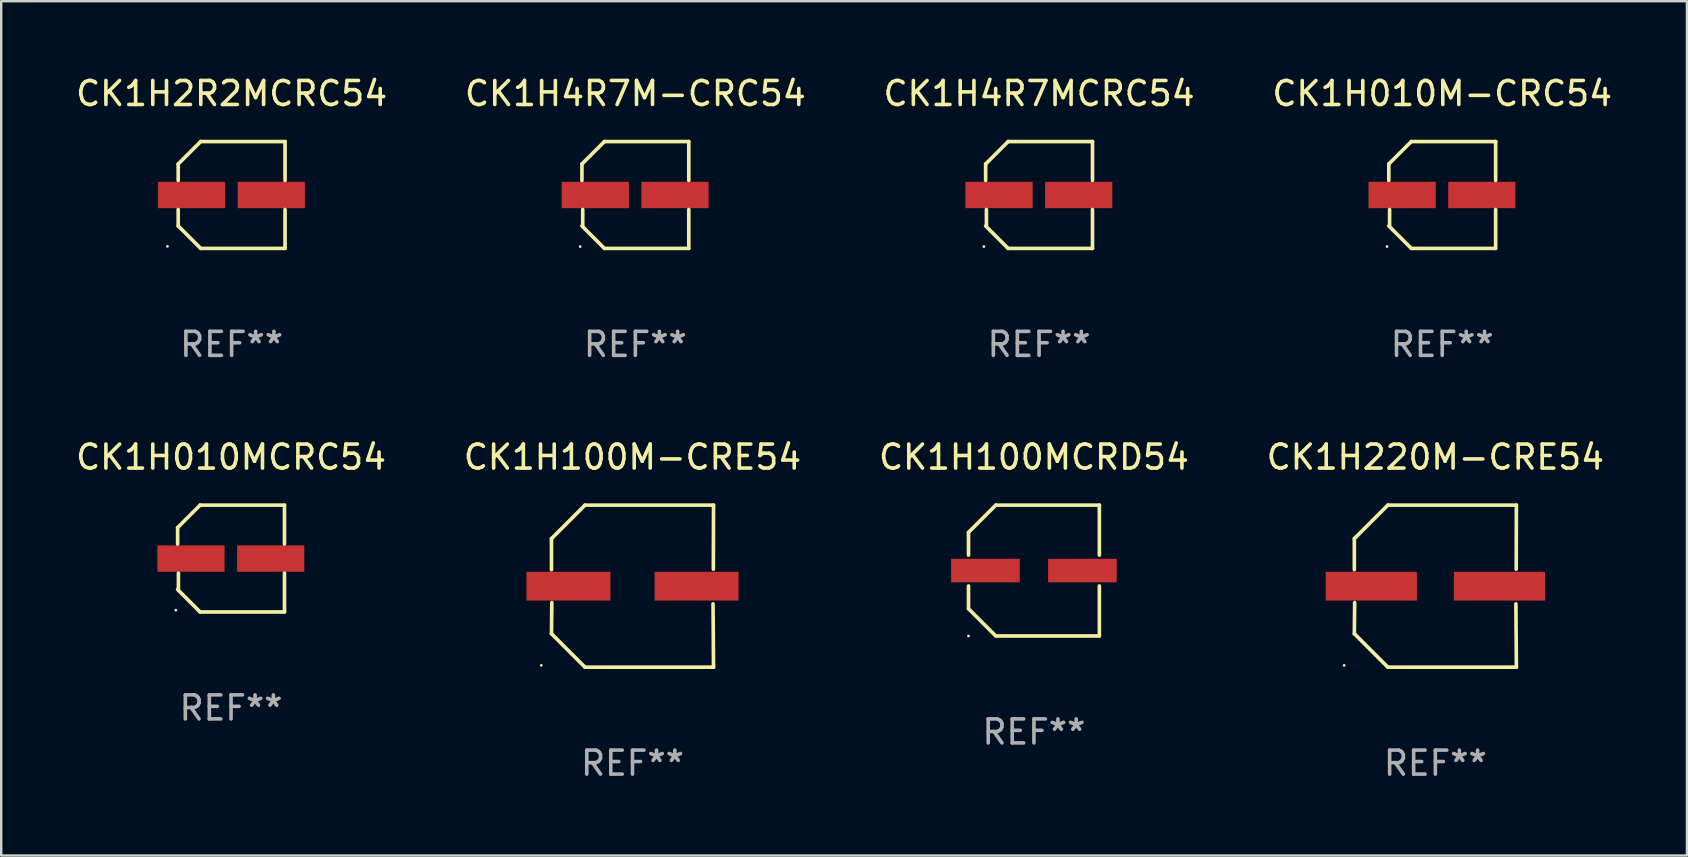
<source format=kicad_pcb>
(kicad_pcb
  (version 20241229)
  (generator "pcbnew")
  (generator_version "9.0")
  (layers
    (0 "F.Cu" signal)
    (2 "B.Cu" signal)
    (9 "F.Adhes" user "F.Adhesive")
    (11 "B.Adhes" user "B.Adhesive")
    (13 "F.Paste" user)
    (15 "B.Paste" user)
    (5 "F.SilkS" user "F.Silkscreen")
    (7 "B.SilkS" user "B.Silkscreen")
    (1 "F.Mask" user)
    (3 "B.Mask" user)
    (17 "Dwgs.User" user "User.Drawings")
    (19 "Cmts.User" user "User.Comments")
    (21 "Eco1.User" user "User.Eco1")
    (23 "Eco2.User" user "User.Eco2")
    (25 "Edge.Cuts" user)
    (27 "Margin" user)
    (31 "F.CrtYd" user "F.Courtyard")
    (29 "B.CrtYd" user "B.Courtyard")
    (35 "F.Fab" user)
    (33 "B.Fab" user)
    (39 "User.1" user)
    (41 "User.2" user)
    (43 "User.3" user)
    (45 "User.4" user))
  (footprint "CK1H2R2MCRC54"
    (layer "F.Cu")
    (at 6.601 5.074)
    (property "Reference" "CK1H2R2MCRC54" (at 0 -4.226 0) (layer "F.SilkS") (effects (font (size 1 1) (thickness 0.15))))
    (attr through_hole)
    (fp_line (start -2.226 -1.29) (end -2.226 -0.607) (stroke (width 0.152) (type solid)) (layer "F.SilkS"))
    (fp_line (start -2.226 1.29) (end -2.226 0.607) (stroke (width 0.152) (type solid)) (layer "F.SilkS"))
    (fp_line (start -1.29 -2.226) (end -2.226 -1.29) (stroke (width 0.152) (type solid)) (layer "F.SilkS"))
    (fp_line (start -1.29 2.226) (end -2.226 1.29) (stroke (width 0.152) (type solid)) (layer "F.SilkS"))
    (fp_line (start 2.226 -2.226) (end -1.29 -2.226) (stroke (width 0.152) (type solid)) (layer "F.SilkS"))
    (fp_line (start 2.226 -0.607) (end 2.226 -2.226) (stroke (width 0.152) (type solid)) (layer "F.SilkS"))
    (fp_line (start 2.226 0.607) (end 2.226 2.226) (stroke (width 0.152) (type solid)) (layer "F.SilkS"))
    (fp_line (start 2.226 2.226) (end -1.29 2.226) (stroke (width 0.152) (type solid)) (layer "F.SilkS"))
    (fp_circle (center -2.675 2.141) (end -2.645 2.141) (stroke (width 0.06) (type solid)) (fill no) (layer "F.SilkS"))
    (fp_text user "REF**" (at 0 6.226 0) (layer "F.Fab") (effects (font (size 1 1) (thickness 0.15))))
    (pad "1" smd rect (at -1.67 0.000076) (size 2.8 1.1) (layers "F.Cu" "F.Mask" "F.Paste"))
    (pad "2" smd rect (at 1.651 0.000076) (size 2.8 1.1) (layers "F.Cu" "F.Mask" "F.Paste")))
  (footprint "CK1H100MCRD54"
    (layer "F.Cu")
    (at 40.03 20.723)
    (property "Reference" "CK1H100MCRD54" (at 0 -4.726 0) (layer "F.SilkS") (effects (font (size 1 1) (thickness 0.15))))
    (attr through_hole)
    (fp_line (start -2.726 -1.59) (end -1.59 -2.726) (stroke (width 0.152) (type solid)) (layer "F.SilkS"))
    (fp_line (start -2.726 -0.642) (end -2.726 -1.59) (stroke (width 0.152) (type solid)) (layer "F.SilkS"))
    (fp_line (start -2.726 0.642) (end -2.726 1.59) (stroke (width 0.152) (type solid)) (layer "F.SilkS"))
    (fp_line (start -2.726 1.59) (end -1.59 2.726) (stroke (width 0.152) (type solid)) (layer "F.SilkS"))
    (fp_line (start -1.59 -2.726) (end 2.726 -2.726) (stroke (width 0.152) (type solid)) (layer "F.SilkS"))
    (fp_line (start -1.59 2.726) (end 2.726 2.726) (stroke (width 0.152) (type solid)) (layer "F.SilkS"))
    (fp_line (start 2.726 -2.726) (end 2.726 -0.642) (stroke (width 0.152) (type solid)) (layer "F.SilkS"))
    (fp_line (start 2.726 2.726) (end 2.726 0.642) (stroke (width 0.152) (type solid)) (layer "F.SilkS"))
    (fp_circle (center -2.726 2.726) (end -2.696 2.726) (stroke (width 0.06) (type solid)) (fill no) (layer "F.SilkS"))
    (fp_text user "REF**" (at 0 6.726 0) (layer "F.Fab") (effects (font (size 1 1) (thickness 0.15))))
    (pad "1" smd rect (at -2.02 -0.000013) (size 2.86 0.98) (layers "F.Cu" "F.Mask" "F.Paste"))
    (pad "2" smd rect (at 2.02 -0.000013) (size 2.86 0.98) (layers "F.Cu" "F.Mask" "F.Paste")))
  (footprint "CK1H010M-CRC54"
    (layer "F.Cu")
    (at 57.042 5.074)
    (property "Reference" "CK1H010M-CRC54" (at 0 -4.226 0) (layer "F.SilkS") (effects (font (size 1 1) (thickness 0.15))))
    (attr through_hole)
    (fp_line (start -2.226 -1.29) (end -2.226 -0.607) (stroke (width 0.152) (type solid)) (layer "F.SilkS"))
    (fp_line (start -2.193 1.29) (end -2.193 0.607) (stroke (width 0.152) (type solid)) (layer "F.SilkS"))
    (fp_line (start -1.29 2.226) (end -2.226 1.29) (stroke (width 0.152) (type solid)) (layer "F.SilkS"))
    (fp_line (start -1.29 -2.226) (end -2.226 -1.29) (stroke (width 0.152) (type solid)) (layer "F.SilkS"))
    (fp_line (start 2.226 -2.226) (end -1.29 -2.226) (stroke (width 0.152) (type solid)) (layer "F.SilkS"))
    (fp_line (start 2.226 -0.607) (end 2.226 -2.226) (stroke (width 0.152) (type solid)) (layer "F.SilkS"))
    (fp_line (start 2.226 0.607) (end 2.226 2.226) (stroke (width 0.152) (type solid)) (layer "F.SilkS"))
    (fp_line (start 2.226 2.226) (end -1.29 2.226) (stroke (width 0.152) (type solid)) (layer "F.SilkS"))
    (fp_circle (center -2.3 2.15) (end -2.27 2.15) (stroke (width 0.06) (type solid)) (fill no) (layer "F.SilkS"))
    (fp_text user "REF**" (at 0 6.226 0) (layer "F.Fab") (effects (font (size 1 1) (thickness 0.15))))
    (pad "1" smd rect (at -1.67 -0.000025) (size 2.8 1.1) (layers "F.Cu" "F.Mask" "F.Paste"))
    (pad "2" smd rect (at 1.651 -0.000025) (size 2.8 1.1) (layers "F.Cu" "F.Mask" "F.Paste")))
  (footprint "CK1H010MCRC54"
    (layer "F.Cu")
    (at 6.577 20.223)
    (property "Reference" "CK1H010MCRC54" (at 0 -4.226 0) (layer "F.SilkS") (effects (font (size 1 1) (thickness 0.15))))
    (attr through_hole)
    (fp_line (start -2.226 -1.29) (end -2.226 -0.607) (stroke (width 0.152) (type solid)) (layer "F.SilkS"))
    (fp_line (start -2.193 1.29) (end -2.193 0.607) (stroke (width 0.152) (type solid)) (layer "F.SilkS"))
    (fp_line (start -1.29 2.226) (end -2.226 1.29) (stroke (width 0.152) (type solid)) (layer "F.SilkS"))
    (fp_line (start -1.29 -2.226) (end -2.226 -1.29) (stroke (width 0.152) (type solid)) (layer "F.SilkS"))
    (fp_line (start 2.226 -2.226) (end -1.29 -2.226) (stroke (width 0.152) (type solid)) (layer "F.SilkS"))
    (fp_line (start 2.226 -0.607) (end 2.226 -2.226) (stroke (width 0.152) (type solid)) (layer "F.SilkS"))
    (fp_line (start 2.226 0.607) (end 2.226 2.226) (stroke (width 0.152) (type solid)) (layer "F.SilkS"))
    (fp_line (start 2.226 2.226) (end -1.29 2.226) (stroke (width 0.152) (type solid)) (layer "F.SilkS"))
    (fp_circle (center -2.3 2.15) (end -2.27 2.15) (stroke (width 0.06) (type solid)) (fill no) (layer "F.SilkS"))
    (fp_text user "REF**" (at 0 6.226 0) (layer "F.Fab") (effects (font (size 1 1) (thickness 0.15))))
    (pad "1" smd rect (at -1.67 -0.000025) (size 2.8 1.1) (layers "F.Cu" "F.Mask" "F.Paste"))
    (pad "2" smd rect (at 1.651 -0.000025) (size 2.8 1.1) (layers "F.Cu" "F.Mask" "F.Paste")))
  (footprint "CK1H100M-CRE54"
    (layer "F.Cu")
    (at 23.304 21.373)
    (property "Reference" "CK1H100M-CRE54" (at 0 -5.376 0) (layer "F.SilkS") (effects (font (size 1 1) (thickness 0.15))))
    (attr through_hole)
    (fp_line (start -3.376 -1.98) (end -3.376 -0.686) (stroke (width 0.152) (type solid)) (layer "F.SilkS"))
    (fp_line (start -3.376 1.981) (end -3.362 0.686) (stroke (width 0.152) (type solid)) (layer "F.SilkS"))
    (fp_line (start -1.981 3.376) (end -3.376 1.981) (stroke (width 0.152) (type solid)) (layer "F.SilkS"))
    (fp_line (start -1.98 -3.376) (end -3.376 -1.98) (stroke (width 0.152) (type solid)) (layer "F.SilkS"))
    (fp_line (start 3.356 0.74) (end 3.376 3.376) (stroke (width 0.152) (type solid)) (layer "F.SilkS"))
    (fp_line (start 3.369 -0.707) (end 3.376 -3.376) (stroke (width 0.152) (type solid)) (layer "F.SilkS"))
    (fp_line (start 3.376 3.376) (end -1.981 3.376) (stroke (width 0.152) (type solid)) (layer "F.SilkS"))
    (fp_line (start 3.376 -3.376) (end -1.98 -3.376) (stroke (width 0.152) (type solid)) (layer "F.SilkS"))
    (fp_circle (center -3.8 3.3) (end -3.77 3.3) (stroke (width 0.06) (type solid)) (fill no) (layer "F.SilkS"))
    (fp_text user "REF**" (at 0 7.376 0) (layer "F.Fab") (effects (font (size 1 1) (thickness 0.15))))
    (pad "1" smd rect (at -2.67 0.000203) (size 3.5 1.2) (layers "F.Cu" "F.Mask" "F.Paste"))
    (pad "2" smd rect (at 2.67 0.000203) (size 3.5 1.2) (layers "F.Cu" "F.Mask" "F.Paste")))
  (footprint "CK1H4R7M-CRC54"
    (layer "F.Cu")
    (at 23.423 5.074)
    (property "Reference" "CK1H4R7M-CRC54" (at 0 -4.226 0) (layer "F.SilkS") (effects (font (size 1 1) (thickness 0.15))))
    (attr through_hole)
    (fp_line (start -2.226 -1.29) (end -2.226 -0.607) (stroke (width 0.152) (type solid)) (layer "F.SilkS"))
    (fp_line (start -2.193 1.29) (end -2.193 0.607) (stroke (width 0.152) (type solid)) (layer "F.SilkS"))
    (fp_line (start -1.29 2.226) (end -2.226 1.29) (stroke (width 0.152) (type solid)) (layer "F.SilkS"))
    (fp_line (start -1.29 -2.226) (end -2.226 -1.29) (stroke (width 0.152) (type solid)) (layer "F.SilkS"))
    (fp_line (start 2.226 -2.226) (end -1.29 -2.226) (stroke (width 0.152) (type solid)) (layer "F.SilkS"))
    (fp_line (start 2.226 -0.607) (end 2.226 -2.226) (stroke (width 0.152) (type solid)) (layer "F.SilkS"))
    (fp_line (start 2.226 0.607) (end 2.226 2.226) (stroke (width 0.152) (type solid)) (layer "F.SilkS"))
    (fp_line (start 2.226 2.226) (end -1.29 2.226) (stroke (width 0.152) (type solid)) (layer "F.SilkS"))
    (fp_circle (center -2.3 2.15) (end -2.27 2.15) (stroke (width 0.06) (type solid)) (fill no) (layer "F.SilkS"))
    (fp_text user "REF**" (at 0 6.226 0) (layer "F.Fab") (effects (font (size 1 1) (thickness 0.15))))
    (pad "1" smd rect (at -1.67 -0.000025) (size 2.8 1.1) (layers "F.Cu" "F.Mask" "F.Paste"))
    (pad "2" smd rect (at 1.651 -0.000025) (size 2.8 1.1) (layers "F.Cu" "F.Mask" "F.Paste")))
  (footprint "CK1H4R7MCRC54"
    (layer "F.Cu")
    (at 40.244 5.074)
    (property "Reference" "CK1H4R7MCRC54" (at 0 -4.226 0) (layer "F.SilkS") (effects (font (size 1 1) (thickness 0.15))))
    (attr through_hole)
    (fp_line (start -2.226 -1.29) (end -2.226 -0.607) (stroke (width 0.152) (type solid)) (layer "F.SilkS"))
    (fp_line (start -2.193 1.29) (end -2.193 0.607) (stroke (width 0.152) (type solid)) (layer "F.SilkS"))
    (fp_line (start -1.29 2.226) (end -2.226 1.29) (stroke (width 0.152) (type solid)) (layer "F.SilkS"))
    (fp_line (start -1.29 -2.226) (end -2.226 -1.29) (stroke (width 0.152) (type solid)) (layer "F.SilkS"))
    (fp_line (start 2.226 -2.226) (end -1.29 -2.226) (stroke (width 0.152) (type solid)) (layer "F.SilkS"))
    (fp_line (start 2.226 -0.607) (end 2.226 -2.226) (stroke (width 0.152) (type solid)) (layer "F.SilkS"))
    (fp_line (start 2.226 0.607) (end 2.226 2.226) (stroke (width 0.152) (type solid)) (layer "F.SilkS"))
    (fp_line (start 2.226 2.226) (end -1.29 2.226) (stroke (width 0.152) (type solid)) (layer "F.SilkS"))
    (fp_circle (center -2.3 2.15) (end -2.27 2.15) (stroke (width 0.06) (type solid)) (fill no) (layer "F.SilkS"))
    (fp_text user "REF**" (at 0 6.226 0) (layer "F.Fab") (effects (font (size 1 1) (thickness 0.15))))
    (pad "1" smd rect (at -1.67 -0.000025) (size 2.8 1.1) (layers "F.Cu" "F.Mask" "F.Paste"))
    (pad "2" smd rect (at 1.651 -0.000025) (size 2.8 1.1) (layers "F.Cu" "F.Mask" "F.Paste")))
  (footprint "CK1H220M-CRE54"
    (layer "F.Cu")
    (at 56.756 21.373)
    (property "Reference" "CK1H220M-CRE54" (at 0 -5.376 0) (layer "F.SilkS") (effects (font (size 1 1) (thickness 0.15))))
    (attr through_hole)
    (fp_line (start -3.376 -1.98) (end -3.376 -0.686) (stroke (width 0.152) (type solid)) (layer "F.SilkS"))
    (fp_line (start -3.376 1.981) (end -3.362 0.686) (stroke (width 0.152) (type solid)) (layer "F.SilkS"))
    (fp_line (start -1.981 3.376) (end -3.376 1.981) (stroke (width 0.152) (type solid)) (layer "F.SilkS"))
    (fp_line (start -1.98 -3.376) (end -3.376 -1.98) (stroke (width 0.152) (type solid)) (layer "F.SilkS"))
    (fp_line (start 3.356 0.74) (end 3.376 3.376) (stroke (width 0.152) (type solid)) (layer "F.SilkS"))
    (fp_line (start 3.369 -0.707) (end 3.376 -3.376) (stroke (width 0.152) (type solid)) (layer "F.SilkS"))
    (fp_line (start 3.376 3.376) (end -1.981 3.376) (stroke (width 0.152) (type solid)) (layer "F.SilkS"))
    (fp_line (start 3.376 -3.376) (end -1.98 -3.376) (stroke (width 0.152) (type solid)) (layer "F.SilkS"))
    (fp_circle (center -3.8 3.3) (end -3.77 3.3) (stroke (width 0.06) (type solid)) (fill no) (layer "F.SilkS"))
    (fp_text user "REF**" (at 0 7.376 0) (layer "F.Fab") (effects (font (size 1 1) (thickness 0.15))))
    (pad "1" smd rect (at -2.67 0.000254) (size 3.8 1.2) (layers "F.Cu" "F.Mask" "F.Paste"))
    (pad "2" smd rect (at 2.67 0.000254) (size 3.8 1.2) (layers "F.Cu" "F.Mask" "F.Paste")))
  (gr_rect
    (start -3 -3)
    (end 67.238 32.597)
    (stroke (width 0.1) (type default))
    (fill no)
    (layer "Edge.Cuts")))
</source>
